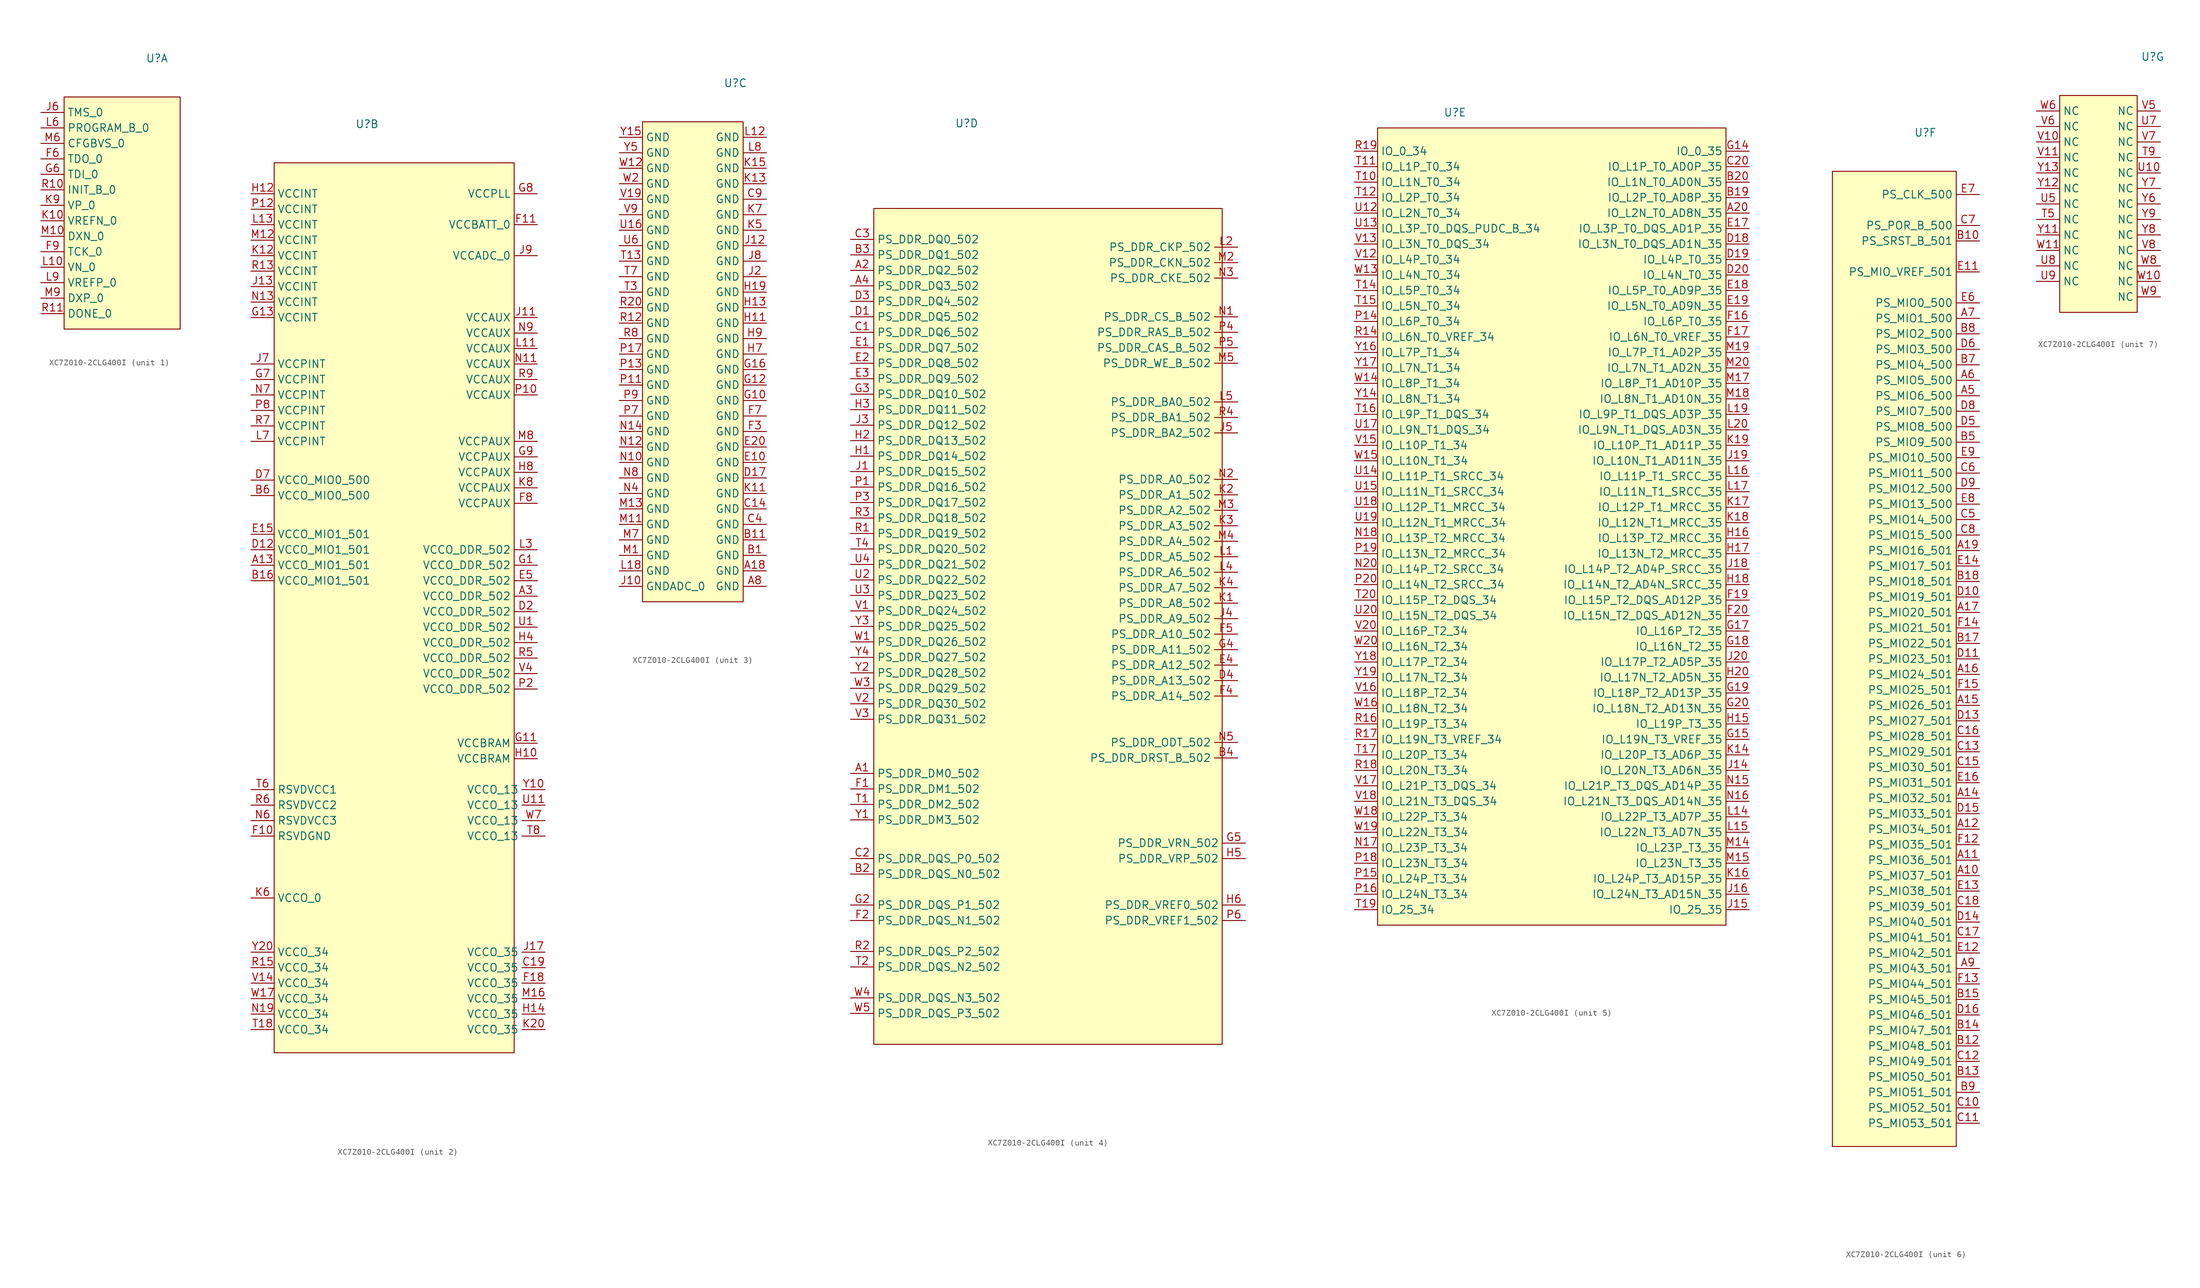
<source format=kicad_sym>
(kicad_symbol_lib
  (version 20241209)
  (generator "kicad_symbol_editor")
  (generator_version "9.0")
  (symbol "XC7Z010-2CLG400I"
    (property "Reference" "U"
      (at 15.24 6.35 0)
      (effects (font (size 1.27 1.27))))
    (property "Value" ""
      (at 0 0 0)
      (effects (font (size 1.27 1.27))))
    (property "ki_locked" ""
      (at 0 0 0)
      (effects (font (size 1.27 1.27))))
    (symbol "XC7Z010-2CLG400I_1_0"
      (pin unspecified line (at -3.81 -2.54 0) (length 3.81) (name "TMS_0" (effects (font (size 1.27 1.27)))) (number "J6" (effects (font (size 1.27 1.27)))))
      (pin unspecified line (at -3.81 -5.08 0) (length 3.81) (name "PROGRAM_B_0" (effects (font (size 1.27 1.27)))) (number "L6" (effects (font (size 1.27 1.27)))))
      (pin unspecified line (at -3.81 -7.62 0) (length 3.81) (name "CFGBVS_0" (effects (font (size 1.27 1.27)))) (number "M6" (effects (font (size 1.27 1.27)))))
      (pin unspecified line (at -3.81 -10.16 0) (length 3.81) (name "TDO_0" (effects (font (size 1.27 1.27)))) (number "F6" (effects (font (size 1.27 1.27)))))
      (pin unspecified line (at -3.81 -12.7 0) (length 3.81) (name "TDI_0" (effects (font (size 1.27 1.27)))) (number "G6" (effects (font (size 1.27 1.27)))))
      (pin unspecified line (at -3.81 -15.24 0) (length 3.81) (name "INIT_B_0" (effects (font (size 1.27 1.27)))) (number "R10" (effects (font (size 1.27 1.27)))))
      (pin unspecified line (at -3.81 -17.78 0) (length 3.81) (name "VP_0" (effects (font (size 1.27 1.27)))) (number "K9" (effects (font (size 1.27 1.27)))))
      (pin unspecified line (at -3.81 -20.32 0) (length 3.81) (name "VREFN_0" (effects (font (size 1.27 1.27)))) (number "K10" (effects (font (size 1.27 1.27)))))
      (pin unspecified line (at -3.81 -22.86 0) (length 3.81) (name "DXN_0" (effects (font (size 1.27 1.27)))) (number "M10" (effects (font (size 1.27 1.27)))))
      (pin unspecified line (at -3.81 -25.4 0) (length 3.81) (name "TCK_0" (effects (font (size 1.27 1.27)))) (number "F9" (effects (font (size 1.27 1.27)))))
      (pin unspecified line (at -3.81 -27.94 0) (length 3.81) (name "VN_0" (effects (font (size 1.27 1.27)))) (number "L10" (effects (font (size 1.27 1.27)))))
      (pin unspecified line (at -3.81 -30.48 0) (length 3.81) (name "VREFP_0" (effects (font (size 1.27 1.27)))) (number "L9" (effects (font (size 1.27 1.27)))))
      (pin unspecified line (at -3.81 -33.02 0) (length 3.81) (name "DXP_0" (effects (font (size 1.27 1.27)))) (number "M9" (effects (font (size 1.27 1.27)))))
      (pin unspecified line (at -3.81 -35.56 0) (length 3.81) (name "DONE_0" (effects (font (size 1.27 1.27)))) (number "R11" (effects (font (size 1.27 1.27))))))
    (symbol "XC7Z010-2CLG400I_1_1"
      (rectangle (start 0 0) (end 19.05 -38.1) (stroke (width 0) (type default)) (fill (type background))))
    (symbol "XC7Z010-2CLG400I_2_0"
      (pin unspecified line (at -3.81 -5.08 0) (length 3.81) (name "VCCINT" (effects (font (size 1.27 1.27)))) (number "H12" (effects (font (size 1.27 1.27)))))
      (pin unspecified line (at -3.81 -7.62 0) (length 3.81) (name "VCCINT" (effects (font (size 1.27 1.27)))) (number "P12" (effects (font (size 1.27 1.27)))))
      (pin unspecified line (at -3.81 -10.16 0) (length 3.81) (name "VCCINT" (effects (font (size 1.27 1.27)))) (number "L13" (effects (font (size 1.27 1.27)))))
      (pin unspecified line (at -3.81 -12.7 0) (length 3.81) (name "VCCINT" (effects (font (size 1.27 1.27)))) (number "M12" (effects (font (size 1.27 1.27)))))
      (pin unspecified line (at -3.81 -15.24 0) (length 3.81) (name "VCCINT" (effects (font (size 1.27 1.27)))) (number "K12" (effects (font (size 1.27 1.27)))))
      (pin unspecified line (at -3.81 -17.78 0) (length 3.81) (name "VCCINT" (effects (font (size 1.27 1.27)))) (number "R13" (effects (font (size 1.27 1.27)))))
      (pin unspecified line (at -3.81 -20.32 0) (length 3.81) (name "VCCINT" (effects (font (size 1.27 1.27)))) (number "J13" (effects (font (size 1.27 1.27)))))
      (pin unspecified line (at -3.81 -22.86 0) (length 3.81) (name "VCCINT" (effects (font (size 1.27 1.27)))) (number "N13" (effects (font (size 1.27 1.27)))))
      (pin unspecified line (at -3.81 -25.4 0) (length 3.81) (name "VCCINT" (effects (font (size 1.27 1.27)))) (number "G13" (effects (font (size 1.27 1.27)))))
      (pin unspecified line (at -3.81 -33.02 0) (length 3.81) (name "VCCPINT" (effects (font (size 1.27 1.27)))) (number "J7" (effects (font (size 1.27 1.27)))))
      (pin unspecified line (at -3.81 -35.56 0) (length 3.81) (name "VCCPINT" (effects (font (size 1.27 1.27)))) (number "G7" (effects (font (size 1.27 1.27)))))
      (pin unspecified line (at -3.81 -38.1 0) (length 3.81) (name "VCCPINT" (effects (font (size 1.27 1.27)))) (number "N7" (effects (font (size 1.27 1.27)))))
      (pin unspecified line (at -3.81 -40.64 0) (length 3.81) (name "VCCPINT" (effects (font (size 1.27 1.27)))) (number "P8" (effects (font (size 1.27 1.27)))))
      (pin unspecified line (at -3.81 -43.18 0) (length 3.81) (name "VCCPINT" (effects (font (size 1.27 1.27)))) (number "R7" (effects (font (size 1.27 1.27)))))
      (pin unspecified line (at -3.81 -45.72 0) (length 3.81) (name "VCCPINT" (effects (font (size 1.27 1.27)))) (number "L7" (effects (font (size 1.27 1.27)))))
      (pin unspecified line (at -3.81 -52.07 0) (length 3.81) (name "VCCO_MIO0_500" (effects (font (size 1.27 1.27)))) (number "D7" (effects (font (size 1.27 1.27)))))
      (pin unspecified line (at -3.81 -54.61 0) (length 3.81) (name "VCCO_MIO0_500" (effects (font (size 1.27 1.27)))) (number "B6" (effects (font (size 1.27 1.27)))))
      (pin unspecified line (at -3.81 -60.96 0) (length 3.81) (name "VCCO_MIO1_501" (effects (font (size 1.27 1.27)))) (number "E15" (effects (font (size 1.27 1.27)))))
      (pin unspecified line (at -3.81 -63.5 0) (length 3.81) (name "VCCO_MIO1_501" (effects (font (size 1.27 1.27)))) (number "D12" (effects (font (size 1.27 1.27)))))
      (pin unspecified line (at -3.81 -66.04 0) (length 3.81) (name "VCCO_MIO1_501" (effects (font (size 1.27 1.27)))) (number "A13" (effects (font (size 1.27 1.27)))))
      (pin unspecified line (at -3.81 -68.58 0) (length 3.81) (name "VCCO_MIO1_501" (effects (font (size 1.27 1.27)))) (number "B16" (effects (font (size 1.27 1.27)))))
      (pin unspecified line (at -3.81 -102.87 0) (length 3.81) (name "RSVDVCC1" (effects (font (size 1.27 1.27)))) (number "T6" (effects (font (size 1.27 1.27)))))
      (pin unspecified line (at -3.81 -105.41 0) (length 3.81) (name "RSVDVCC2" (effects (font (size 1.27 1.27)))) (number "R6" (effects (font (size 1.27 1.27)))))
      (pin unspecified line (at -3.81 -107.95 0) (length 3.81) (name "RSVDVCC3" (effects (font (size 1.27 1.27)))) (number "N6" (effects (font (size 1.27 1.27)))))
      (pin unspecified line (at -3.81 -110.49 0) (length 3.81) (name "RSVDGND" (effects (font (size 1.27 1.27)))) (number "F10" (effects (font (size 1.27 1.27)))))
      (pin unspecified line (at -3.81 -120.65 0) (length 3.81) (name "VCCO_0" (effects (font (size 1.27 1.27)))) (number "K6" (effects (font (size 1.27 1.27)))))
      (pin unspecified line (at -3.81 -129.54 0) (length 3.81) (name "VCCO_34" (effects (font (size 1.27 1.27)))) (number "Y20" (effects (font (size 1.27 1.27)))))
      (pin unspecified line (at -3.81 -132.08 0) (length 3.81) (name "VCCO_34" (effects (font (size 1.27 1.27)))) (number "R15" (effects (font (size 1.27 1.27)))))
      (pin unspecified line (at -3.81 -134.62 0) (length 3.81) (name "VCCO_34" (effects (font (size 1.27 1.27)))) (number "V14" (effects (font (size 1.27 1.27)))))
      (pin unspecified line (at -3.81 -137.16 0) (length 3.81) (name "VCCO_34" (effects (font (size 1.27 1.27)))) (number "W17" (effects (font (size 1.27 1.27)))))
      (pin unspecified line (at -3.81 -139.7 0) (length 3.81) (name "VCCO_34" (effects (font (size 1.27 1.27)))) (number "N19" (effects (font (size 1.27 1.27)))))
      (pin unspecified line (at -3.81 -142.24 0) (length 3.81) (name "VCCO_34" (effects (font (size 1.27 1.27)))) (number "T18" (effects (font (size 1.27 1.27)))))
      (pin unspecified line (at 43.18 -5.08 180) (length 3.81) (name "VCCPLL" (effects (font (size 1.27 1.27)))) (number "G8" (effects (font (size 1.27 1.27)))))
      (pin unspecified line (at 43.18 -10.16 180) (length 3.81) (name "VCCBATT_0" (effects (font (size 1.27 1.27)))) (number "F11" (effects (font (size 1.27 1.27)))))
      (pin unspecified line (at 43.18 -15.24 180) (length 3.81) (name "VCCADC_0" (effects (font (size 1.27 1.27)))) (number "J9" (effects (font (size 1.27 1.27)))))
      (pin unspecified line (at 43.18 -25.4 180) (length 3.81) (name "VCCAUX" (effects (font (size 1.27 1.27)))) (number "J11" (effects (font (size 1.27 1.27)))))
      (pin unspecified line (at 43.18 -27.94 180) (length 3.81) (name "VCCAUX" (effects (font (size 1.27 1.27)))) (number "N9" (effects (font (size 1.27 1.27)))))
      (pin unspecified line (at 43.18 -30.48 180) (length 3.81) (name "VCCAUX" (effects (font (size 1.27 1.27)))) (number "L11" (effects (font (size 1.27 1.27)))))
      (pin unspecified line (at 43.18 -33.02 180) (length 3.81) (name "VCCAUX" (effects (font (size 1.27 1.27)))) (number "N11" (effects (font (size 1.27 1.27)))))
      (pin unspecified line (at 43.18 -35.56 180) (length 3.81) (name "VCCAUX" (effects (font (size 1.27 1.27)))) (number "R9" (effects (font (size 1.27 1.27)))))
      (pin unspecified line (at 43.18 -38.1 180) (length 3.81) (name "VCCAUX" (effects (font (size 1.27 1.27)))) (number "P10" (effects (font (size 1.27 1.27)))))
      (pin unspecified line (at 43.18 -45.72 180) (length 3.81) (name "VCCPAUX" (effects (font (size 1.27 1.27)))) (number "M8" (effects (font (size 1.27 1.27)))))
      (pin unspecified line (at 43.18 -48.26 180) (length 3.81) (name "VCCPAUX" (effects (font (size 1.27 1.27)))) (number "G9" (effects (font (size 1.27 1.27)))))
      (pin unspecified line (at 43.18 -50.8 180) (length 3.81) (name "VCCPAUX" (effects (font (size 1.27 1.27)))) (number "H8" (effects (font (size 1.27 1.27)))))
      (pin unspecified line (at 43.18 -53.34 180) (length 3.81) (name "VCCPAUX" (effects (font (size 1.27 1.27)))) (number "K8" (effects (font (size 1.27 1.27)))))
      (pin unspecified line (at 43.18 -55.88 180) (length 3.81) (name "VCCPAUX" (effects (font (size 1.27 1.27)))) (number "F8" (effects (font (size 1.27 1.27)))))
      (pin unspecified line (at 43.18 -63.5 180) (length 3.81) (name "VCCO_DDR_502" (effects (font (size 1.27 1.27)))) (number "L3" (effects (font (size 1.27 1.27)))))
      (pin unspecified line (at 43.18 -66.04 180) (length 3.81) (name "VCCO_DDR_502" (effects (font (size 1.27 1.27)))) (number "G1" (effects (font (size 1.27 1.27)))))
      (pin unspecified line (at 43.18 -68.58 180) (length 3.81) (name "VCCO_DDR_502" (effects (font (size 1.27 1.27)))) (number "E5" (effects (font (size 1.27 1.27)))))
      (pin unspecified line (at 43.18 -71.12 180) (length 3.81) (name "VCCO_DDR_502" (effects (font (size 1.27 1.27)))) (number "A3" (effects (font (size 1.27 1.27)))))
      (pin unspecified line (at 43.18 -73.66 180) (length 3.81) (name "VCCO_DDR_502" (effects (font (size 1.27 1.27)))) (number "D2" (effects (font (size 1.27 1.27)))))
      (pin unspecified line (at 43.18 -76.2 180) (length 3.81) (name "VCCO_DDR_502" (effects (font (size 1.27 1.27)))) (number "U1" (effects (font (size 1.27 1.27)))))
      (pin unspecified line (at 43.18 -78.74 180) (length 3.81) (name "VCCO_DDR_502" (effects (font (size 1.27 1.27)))) (number "H4" (effects (font (size 1.27 1.27)))))
      (pin unspecified line (at 43.18 -81.28 180) (length 3.81) (name "VCCO_DDR_502" (effects (font (size 1.27 1.27)))) (number "R5" (effects (font (size 1.27 1.27)))))
      (pin unspecified line (at 43.18 -83.82 180) (length 3.81) (name "VCCO_DDR_502" (effects (font (size 1.27 1.27)))) (number "V4" (effects (font (size 1.27 1.27)))))
      (pin unspecified line (at 43.18 -86.36 180) (length 3.81) (name "VCCO_DDR_502" (effects (font (size 1.27 1.27)))) (number "P2" (effects (font (size 1.27 1.27)))))
      (pin unspecified line (at 43.18 -95.25 180) (length 3.81) (name "VCCBRAM" (effects (font (size 1.27 1.27)))) (number "G11" (effects (font (size 1.27 1.27)))))
      (pin unspecified line (at 43.18 -97.79 180) (length 3.81) (name "VCCBRAM" (effects (font (size 1.27 1.27)))) (number "H10" (effects (font (size 1.27 1.27)))))
      (pin unspecified line (at 44.45 -102.87 180) (length 3.81) (name "VCCO_13" (effects (font (size 1.27 1.27)))) (number "Y10" (effects (font (size 1.27 1.27)))))
      (pin unspecified line (at 44.45 -105.41 180) (length 3.81) (name "VCCO_13" (effects (font (size 1.27 1.27)))) (number "U11" (effects (font (size 1.27 1.27)))))
      (pin unspecified line (at 44.45 -107.95 180) (length 3.81) (name "VCCO_13" (effects (font (size 1.27 1.27)))) (number "W7" (effects (font (size 1.27 1.27)))))
      (pin unspecified line (at 44.45 -110.49 180) (length 3.81) (name "VCCO_13" (effects (font (size 1.27 1.27)))) (number "T8" (effects (font (size 1.27 1.27)))))
      (pin unspecified line (at 44.45 -129.54 180) (length 3.81) (name "VCCO_35" (effects (font (size 1.27 1.27)))) (number "J17" (effects (font (size 1.27 1.27)))))
      (pin unspecified line (at 44.45 -132.08 180) (length 3.81) (name "VCCO_35" (effects (font (size 1.27 1.27)))) (number "C19" (effects (font (size 1.27 1.27)))))
      (pin unspecified line (at 44.45 -134.62 180) (length 3.81) (name "VCCO_35" (effects (font (size 1.27 1.27)))) (number "F18" (effects (font (size 1.27 1.27)))))
      (pin unspecified line (at 44.45 -137.16 180) (length 3.81) (name "VCCO_35" (effects (font (size 1.27 1.27)))) (number "M16" (effects (font (size 1.27 1.27)))))
      (pin unspecified line (at 44.45 -139.7 180) (length 3.81) (name "VCCO_35" (effects (font (size 1.27 1.27)))) (number "H14" (effects (font (size 1.27 1.27)))))
      (pin unspecified line (at 44.45 -142.24 180) (length 3.81) (name "VCCO_35" (effects (font (size 1.27 1.27)))) (number "K20" (effects (font (size 1.27 1.27))))))
    (symbol "XC7Z010-2CLG400I_2_1"
      (rectangle (start 0 0) (end 39.37 -146.05) (stroke (width 0) (type default)) (fill (type background))))
    (symbol "XC7Z010-2CLG400I_3_0"
      (pin unspecified line (at -3.81 -2.54 0) (length 3.81) (name "GND" (effects (font (size 1.27 1.27)))) (number "Y15" (effects (font (size 1.27 1.27)))))
      (pin unspecified line (at -3.81 -5.08 0) (length 3.81) (name "GND" (effects (font (size 1.27 1.27)))) (number "Y5" (effects (font (size 1.27 1.27)))))
      (pin unspecified line (at -3.81 -7.62 0) (length 3.81) (name "GND" (effects (font (size 1.27 1.27)))) (number "W12" (effects (font (size 1.27 1.27)))))
      (pin unspecified line (at -3.81 -10.16 0) (length 3.81) (name "GND" (effects (font (size 1.27 1.27)))) (number "W2" (effects (font (size 1.27 1.27)))))
      (pin unspecified line (at -3.81 -12.7 0) (length 3.81) (name "GND" (effects (font (size 1.27 1.27)))) (number "V19" (effects (font (size 1.27 1.27)))))
      (pin unspecified line (at -3.81 -15.24 0) (length 3.81) (name "GND" (effects (font (size 1.27 1.27)))) (number "V9" (effects (font (size 1.27 1.27)))))
      (pin unspecified line (at -3.81 -17.78 0) (length 3.81) (name "GND" (effects (font (size 1.27 1.27)))) (number "U16" (effects (font (size 1.27 1.27)))))
      (pin unspecified line (at -3.81 -20.32 0) (length 3.81) (name "GND" (effects (font (size 1.27 1.27)))) (number "U6" (effects (font (size 1.27 1.27)))))
      (pin unspecified line (at -3.81 -22.86 0) (length 3.81) (name "GND" (effects (font (size 1.27 1.27)))) (number "T13" (effects (font (size 1.27 1.27)))))
      (pin unspecified line (at -3.81 -25.4 0) (length 3.81) (name "GND" (effects (font (size 1.27 1.27)))) (number "T7" (effects (font (size 1.27 1.27)))))
      (pin unspecified line (at -3.81 -27.94 0) (length 3.81) (name "GND" (effects (font (size 1.27 1.27)))) (number "T3" (effects (font (size 1.27 1.27)))))
      (pin unspecified line (at -3.81 -30.48 0) (length 3.81) (name "GND" (effects (font (size 1.27 1.27)))) (number "R20" (effects (font (size 1.27 1.27)))))
      (pin unspecified line (at -3.81 -33.02 0) (length 3.81) (name "GND" (effects (font (size 1.27 1.27)))) (number "R12" (effects (font (size 1.27 1.27)))))
      (pin unspecified line (at -3.81 -35.56 0) (length 3.81) (name "GND" (effects (font (size 1.27 1.27)))) (number "R8" (effects (font (size 1.27 1.27)))))
      (pin unspecified line (at -3.81 -38.1 0) (length 3.81) (name "GND" (effects (font (size 1.27 1.27)))) (number "P17" (effects (font (size 1.27 1.27)))))
      (pin unspecified line (at -3.81 -40.64 0) (length 3.81) (name "GND" (effects (font (size 1.27 1.27)))) (number "P13" (effects (font (size 1.27 1.27)))))
      (pin unspecified line (at -3.81 -43.18 0) (length 3.81) (name "GND" (effects (font (size 1.27 1.27)))) (number "P11" (effects (font (size 1.27 1.27)))))
      (pin unspecified line (at -3.81 -45.72 0) (length 3.81) (name "GND" (effects (font (size 1.27 1.27)))) (number "P9" (effects (font (size 1.27 1.27)))))
      (pin unspecified line (at -3.81 -48.26 0) (length 3.81) (name "GND" (effects (font (size 1.27 1.27)))) (number "P7" (effects (font (size 1.27 1.27)))))
      (pin unspecified line (at -3.81 -50.8 0) (length 3.81) (name "GND" (effects (font (size 1.27 1.27)))) (number "N14" (effects (font (size 1.27 1.27)))))
      (pin unspecified line (at -3.81 -53.34 0) (length 3.81) (name "GND" (effects (font (size 1.27 1.27)))) (number "N12" (effects (font (size 1.27 1.27)))))
      (pin unspecified line (at -3.81 -55.88 0) (length 3.81) (name "GND" (effects (font (size 1.27 1.27)))) (number "N10" (effects (font (size 1.27 1.27)))))
      (pin unspecified line (at -3.81 -58.42 0) (length 3.81) (name "GND" (effects (font (size 1.27 1.27)))) (number "N8" (effects (font (size 1.27 1.27)))))
      (pin unspecified line (at -3.81 -60.96 0) (length 3.81) (name "GND" (effects (font (size 1.27 1.27)))) (number "N4" (effects (font (size 1.27 1.27)))))
      (pin unspecified line (at -3.81 -63.5 0) (length 3.81) (name "GND" (effects (font (size 1.27 1.27)))) (number "M13" (effects (font (size 1.27 1.27)))))
      (pin unspecified line (at -3.81 -66.04 0) (length 3.81) (name "GND" (effects (font (size 1.27 1.27)))) (number "M11" (effects (font (size 1.27 1.27)))))
      (pin unspecified line (at -3.81 -68.58 0) (length 3.81) (name "GND" (effects (font (size 1.27 1.27)))) (number "M7" (effects (font (size 1.27 1.27)))))
      (pin unspecified line (at -3.81 -71.12 0) (length 3.81) (name "GND" (effects (font (size 1.27 1.27)))) (number "M1" (effects (font (size 1.27 1.27)))))
      (pin unspecified line (at -3.81 -73.66 0) (length 3.81) (name "GND" (effects (font (size 1.27 1.27)))) (number "L18" (effects (font (size 1.27 1.27)))))
      (pin unspecified line (at -3.81 -76.2 0) (length 3.81) (name "GNDADC_0" (effects (font (size 1.27 1.27)))) (number "J10" (effects (font (size 1.27 1.27)))))
      (pin unspecified line (at 20.32 -2.54 180) (length 3.81) (name "GND" (effects (font (size 1.27 1.27)))) (number "L12" (effects (font (size 1.27 1.27)))))
      (pin unspecified line (at 20.32 -5.08 180) (length 3.81) (name "GND" (effects (font (size 1.27 1.27)))) (number "L8" (effects (font (size 1.27 1.27)))))
      (pin unspecified line (at 20.32 -7.62 180) (length 3.81) (name "GND" (effects (font (size 1.27 1.27)))) (number "K15" (effects (font (size 1.27 1.27)))))
      (pin unspecified line (at 20.32 -10.16 180) (length 3.81) (name "GND" (effects (font (size 1.27 1.27)))) (number "K13" (effects (font (size 1.27 1.27)))))
      (pin unspecified line (at 20.32 -12.7 180) (length 3.81) (name "GND" (effects (font (size 1.27 1.27)))) (number "C9" (effects (font (size 1.27 1.27)))))
      (pin unspecified line (at 20.32 -15.24 180) (length 3.81) (name "GND" (effects (font (size 1.27 1.27)))) (number "K7" (effects (font (size 1.27 1.27)))))
      (pin unspecified line (at 20.32 -17.78 180) (length 3.81) (name "GND" (effects (font (size 1.27 1.27)))) (number "K5" (effects (font (size 1.27 1.27)))))
      (pin unspecified line (at 20.32 -20.32 180) (length 3.81) (name "GND" (effects (font (size 1.27 1.27)))) (number "J12" (effects (font (size 1.27 1.27)))))
      (pin unspecified line (at 20.32 -22.86 180) (length 3.81) (name "GND" (effects (font (size 1.27 1.27)))) (number "J8" (effects (font (size 1.27 1.27)))))
      (pin unspecified line (at 20.32 -25.4 180) (length 3.81) (name "GND" (effects (font (size 1.27 1.27)))) (number "J2" (effects (font (size 1.27 1.27)))))
      (pin unspecified line (at 20.32 -27.94 180) (length 3.81) (name "GND" (effects (font (size 1.27 1.27)))) (number "H19" (effects (font (size 1.27 1.27)))))
      (pin unspecified line (at 20.32 -30.48 180) (length 3.81) (name "GND" (effects (font (size 1.27 1.27)))) (number "H13" (effects (font (size 1.27 1.27)))))
      (pin unspecified line (at 20.32 -33.02 180) (length 3.81) (name "GND" (effects (font (size 1.27 1.27)))) (number "H11" (effects (font (size 1.27 1.27)))))
      (pin unspecified line (at 20.32 -35.56 180) (length 3.81) (name "GND" (effects (font (size 1.27 1.27)))) (number "H9" (effects (font (size 1.27 1.27)))))
      (pin unspecified line (at 20.32 -38.1 180) (length 3.81) (name "GND" (effects (font (size 1.27 1.27)))) (number "H7" (effects (font (size 1.27 1.27)))))
      (pin unspecified line (at 20.32 -40.64 180) (length 3.81) (name "GND" (effects (font (size 1.27 1.27)))) (number "G16" (effects (font (size 1.27 1.27)))))
      (pin unspecified line (at 20.32 -43.18 180) (length 3.81) (name "GND" (effects (font (size 1.27 1.27)))) (number "G12" (effects (font (size 1.27 1.27)))))
      (pin unspecified line (at 20.32 -45.72 180) (length 3.81) (name "GND" (effects (font (size 1.27 1.27)))) (number "G10" (effects (font (size 1.27 1.27)))))
      (pin unspecified line (at 20.32 -48.26 180) (length 3.81) (name "GND" (effects (font (size 1.27 1.27)))) (number "F7" (effects (font (size 1.27 1.27)))))
      (pin unspecified line (at 20.32 -50.8 180) (length 3.81) (name "GND" (effects (font (size 1.27 1.27)))) (number "F3" (effects (font (size 1.27 1.27)))))
      (pin unspecified line (at 20.32 -53.34 180) (length 3.81) (name "GND" (effects (font (size 1.27 1.27)))) (number "E20" (effects (font (size 1.27 1.27)))))
      (pin unspecified line (at 20.32 -55.88 180) (length 3.81) (name "GND" (effects (font (size 1.27 1.27)))) (number "E10" (effects (font (size 1.27 1.27)))))
      (pin unspecified line (at 20.32 -58.42 180) (length 3.81) (name "GND" (effects (font (size 1.27 1.27)))) (number "D17" (effects (font (size 1.27 1.27)))))
      (pin unspecified line (at 20.32 -60.96 180) (length 3.81) (name "GND" (effects (font (size 1.27 1.27)))) (number "K11" (effects (font (size 1.27 1.27)))))
      (pin unspecified line (at 20.32 -63.5 180) (length 3.81) (name "GND" (effects (font (size 1.27 1.27)))) (number "C14" (effects (font (size 1.27 1.27)))))
      (pin unspecified line (at 20.32 -66.04 180) (length 3.81) (name "GND" (effects (font (size 1.27 1.27)))) (number "C4" (effects (font (size 1.27 1.27)))))
      (pin unspecified line (at 20.32 -68.58 180) (length 3.81) (name "GND" (effects (font (size 1.27 1.27)))) (number "B11" (effects (font (size 1.27 1.27)))))
      (pin unspecified line (at 20.32 -71.12 180) (length 3.81) (name "GND" (effects (font (size 1.27 1.27)))) (number "B1" (effects (font (size 1.27 1.27)))))
      (pin unspecified line (at 20.32 -73.66 180) (length 3.81) (name "GND" (effects (font (size 1.27 1.27)))) (number "A18" (effects (font (size 1.27 1.27)))))
      (pin unspecified line (at 20.32 -76.2 180) (length 3.81) (name "GND" (effects (font (size 1.27 1.27)))) (number "A8" (effects (font (size 1.27 1.27))))))
    (symbol "XC7Z010-2CLG400I_3_1"
      (rectangle (start 0 0) (end 16.51 -78.74) (stroke (width 0) (type default)) (fill (type background))))
    (symbol "XC7Z010-2CLG400I_4_0"
      (pin unspecified line (at -3.81 -12.7 0) (length 3.81) (name "PS_DDR_DQ0_502" (effects (font (size 1.27 1.27)))) (number "C3" (effects (font (size 1.27 1.27)))))
      (pin unspecified line (at -3.81 -15.24 0) (length 3.81) (name "PS_DDR_DQ1_502" (effects (font (size 1.27 1.27)))) (number "B3" (effects (font (size 1.27 1.27)))))
      (pin unspecified line (at -3.81 -17.78 0) (length 3.81) (name "PS_DDR_DQ2_502" (effects (font (size 1.27 1.27)))) (number "A2" (effects (font (size 1.27 1.27)))))
      (pin unspecified line (at -3.81 -20.32 0) (length 3.81) (name "PS_DDR_DQ3_502" (effects (font (size 1.27 1.27)))) (number "A4" (effects (font (size 1.27 1.27)))))
      (pin unspecified line (at -3.81 -22.86 0) (length 3.81) (name "PS_DDR_DQ4_502" (effects (font (size 1.27 1.27)))) (number "D3" (effects (font (size 1.27 1.27)))))
      (pin unspecified line (at -3.81 -25.4 0) (length 3.81) (name "PS_DDR_DQ5_502" (effects (font (size 1.27 1.27)))) (number "D1" (effects (font (size 1.27 1.27)))))
      (pin unspecified line (at -3.81 -27.94 0) (length 3.81) (name "PS_DDR_DQ6_502" (effects (font (size 1.27 1.27)))) (number "C1" (effects (font (size 1.27 1.27)))))
      (pin unspecified line (at -3.81 -30.48 0) (length 3.81) (name "PS_DDR_DQ7_502" (effects (font (size 1.27 1.27)))) (number "E1" (effects (font (size 1.27 1.27)))))
      (pin unspecified line (at -3.81 -33.02 0) (length 3.81) (name "PS_DDR_DQ8_502" (effects (font (size 1.27 1.27)))) (number "E2" (effects (font (size 1.27 1.27)))))
      (pin unspecified line (at -3.81 -35.56 0) (length 3.81) (name "PS_DDR_DQ9_502" (effects (font (size 1.27 1.27)))) (number "E3" (effects (font (size 1.27 1.27)))))
      (pin unspecified line (at -3.81 -38.1 0) (length 3.81) (name "PS_DDR_DQ10_502" (effects (font (size 1.27 1.27)))) (number "G3" (effects (font (size 1.27 1.27)))))
      (pin unspecified line (at -3.81 -40.64 0) (length 3.81) (name "PS_DDR_DQ11_502" (effects (font (size 1.27 1.27)))) (number "H3" (effects (font (size 1.27 1.27)))))
      (pin unspecified line (at -3.81 -43.18 0) (length 3.81) (name "PS_DDR_DQ12_502" (effects (font (size 1.27 1.27)))) (number "J3" (effects (font (size 1.27 1.27)))))
      (pin unspecified line (at -3.81 -45.72 0) (length 3.81) (name "PS_DDR_DQ13_502" (effects (font (size 1.27 1.27)))) (number "H2" (effects (font (size 1.27 1.27)))))
      (pin unspecified line (at -3.81 -48.26 0) (length 3.81) (name "PS_DDR_DQ14_502" (effects (font (size 1.27 1.27)))) (number "H1" (effects (font (size 1.27 1.27)))))
      (pin unspecified line (at -3.81 -50.8 0) (length 3.81) (name "PS_DDR_DQ15_502" (effects (font (size 1.27 1.27)))) (number "J1" (effects (font (size 1.27 1.27)))))
      (pin unspecified line (at -3.81 -53.34 0) (length 3.81) (name "PS_DDR_DQ16_502" (effects (font (size 1.27 1.27)))) (number "P1" (effects (font (size 1.27 1.27)))))
      (pin unspecified line (at -3.81 -55.88 0) (length 3.81) (name "PS_DDR_DQ17_502" (effects (font (size 1.27 1.27)))) (number "P3" (effects (font (size 1.27 1.27)))))
      (pin unspecified line (at -3.81 -58.42 0) (length 3.81) (name "PS_DDR_DQ18_502" (effects (font (size 1.27 1.27)))) (number "R3" (effects (font (size 1.27 1.27)))))
      (pin unspecified line (at -3.81 -60.96 0) (length 3.81) (name "PS_DDR_DQ19_502" (effects (font (size 1.27 1.27)))) (number "R1" (effects (font (size 1.27 1.27)))))
      (pin unspecified line (at -3.81 -63.5 0) (length 3.81) (name "PS_DDR_DQ20_502" (effects (font (size 1.27 1.27)))) (number "T4" (effects (font (size 1.27 1.27)))))
      (pin unspecified line (at -3.81 -66.04 0) (length 3.81) (name "PS_DDR_DQ21_502" (effects (font (size 1.27 1.27)))) (number "U4" (effects (font (size 1.27 1.27)))))
      (pin unspecified line (at -3.81 -68.58 0) (length 3.81) (name "PS_DDR_DQ22_502" (effects (font (size 1.27 1.27)))) (number "U2" (effects (font (size 1.27 1.27)))))
      (pin unspecified line (at -3.81 -71.12 0) (length 3.81) (name "PS_DDR_DQ23_502" (effects (font (size 1.27 1.27)))) (number "U3" (effects (font (size 1.27 1.27)))))
      (pin unspecified line (at -3.81 -73.66 0) (length 3.81) (name "PS_DDR_DQ24_502" (effects (font (size 1.27 1.27)))) (number "V1" (effects (font (size 1.27 1.27)))))
      (pin unspecified line (at -3.81 -76.2 0) (length 3.81) (name "PS_DDR_DQ25_502" (effects (font (size 1.27 1.27)))) (number "Y3" (effects (font (size 1.27 1.27)))))
      (pin unspecified line (at -3.81 -78.74 0) (length 3.81) (name "PS_DDR_DQ26_502" (effects (font (size 1.27 1.27)))) (number "W1" (effects (font (size 1.27 1.27)))))
      (pin unspecified line (at -3.81 -81.28 0) (length 3.81) (name "PS_DDR_DQ27_502" (effects (font (size 1.27 1.27)))) (number "Y4" (effects (font (size 1.27 1.27)))))
      (pin unspecified line (at -3.81 -83.82 0) (length 3.81) (name "PS_DDR_DQ28_502" (effects (font (size 1.27 1.27)))) (number "Y2" (effects (font (size 1.27 1.27)))))
      (pin unspecified line (at -3.81 -86.36 0) (length 3.81) (name "PS_DDR_DQ29_502" (effects (font (size 1.27 1.27)))) (number "W3" (effects (font (size 1.27 1.27)))))
      (pin unspecified line (at -3.81 -88.9 0) (length 3.81) (name "PS_DDR_DQ30_502" (effects (font (size 1.27 1.27)))) (number "V2" (effects (font (size 1.27 1.27)))))
      (pin unspecified line (at -3.81 -91.44 0) (length 3.81) (name "PS_DDR_DQ31_502" (effects (font (size 1.27 1.27)))) (number "V3" (effects (font (size 1.27 1.27)))))
      (pin unspecified line (at -3.81 -100.33 0) (length 3.81) (name "PS_DDR_DM0_502" (effects (font (size 1.27 1.27)))) (number "A1" (effects (font (size 1.27 1.27)))))
      (pin unspecified line (at -3.81 -102.87 0) (length 3.81) (name "PS_DDR_DM1_502" (effects (font (size 1.27 1.27)))) (number "F1" (effects (font (size 1.27 1.27)))))
      (pin unspecified line (at -3.81 -105.41 0) (length 3.81) (name "PS_DDR_DM2_502" (effects (font (size 1.27 1.27)))) (number "T1" (effects (font (size 1.27 1.27)))))
      (pin unspecified line (at -3.81 -107.95 0) (length 3.81) (name "PS_DDR_DM3_502" (effects (font (size 1.27 1.27)))) (number "Y1" (effects (font (size 1.27 1.27)))))
      (pin unspecified line (at -3.81 -114.3 0) (length 3.81) (name "PS_DDR_DQS_P0_502" (effects (font (size 1.27 1.27)))) (number "C2" (effects (font (size 1.27 1.27)))))
      (pin unspecified line (at -3.81 -116.84 0) (length 3.81) (name "PS_DDR_DQS_N0_502" (effects (font (size 1.27 1.27)))) (number "B2" (effects (font (size 1.27 1.27)))))
      (pin unspecified line (at -3.81 -121.92 0) (length 3.81) (name "PS_DDR_DQS_P1_502" (effects (font (size 1.27 1.27)))) (number "G2" (effects (font (size 1.27 1.27)))))
      (pin unspecified line (at -3.81 -124.46 0) (length 3.81) (name "PS_DDR_DQS_N1_502" (effects (font (size 1.27 1.27)))) (number "F2" (effects (font (size 1.27 1.27)))))
      (pin unspecified line (at -3.81 -129.54 0) (length 3.81) (name "PS_DDR_DQS_P2_502" (effects (font (size 1.27 1.27)))) (number "R2" (effects (font (size 1.27 1.27)))))
      (pin unspecified line (at -3.81 -132.08 0) (length 3.81) (name "PS_DDR_DQS_N2_502" (effects (font (size 1.27 1.27)))) (number "T2" (effects (font (size 1.27 1.27)))))
      (pin unspecified line (at -3.81 -137.16 0) (length 3.81) (name "PS_DDR_DQS_N3_502" (effects (font (size 1.27 1.27)))) (number "W4" (effects (font (size 1.27 1.27)))))
      (pin unspecified line (at -3.81 -139.7 0) (length 3.81) (name "PS_DDR_DQS_P3_502" (effects (font (size 1.27 1.27)))) (number "W5" (effects (font (size 1.27 1.27)))))
      (pin unspecified line (at 59.69 -13.97 180) (length 3.81) (name "PS_DDR_CKP_502" (effects (font (size 1.27 1.27)))) (number "L2" (effects (font (size 1.27 1.27)))))
      (pin unspecified line (at 59.69 -16.51 180) (length 3.81) (name "PS_DDR_CKN_502" (effects (font (size 1.27 1.27)))) (number "M2" (effects (font (size 1.27 1.27)))))
      (pin unspecified line (at 59.69 -19.05 180) (length 3.81) (name "PS_DDR_CKE_502" (effects (font (size 1.27 1.27)))) (number "N3" (effects (font (size 1.27 1.27)))))
      (pin unspecified line (at 59.69 -25.4 180) (length 3.81) (name "PS_DDR_CS_B_502" (effects (font (size 1.27 1.27)))) (number "N1" (effects (font (size 1.27 1.27)))))
      (pin unspecified line (at 59.69 -27.94 180) (length 3.81) (name "PS_DDR_RAS_B_502" (effects (font (size 1.27 1.27)))) (number "P4" (effects (font (size 1.27 1.27)))))
      (pin unspecified line (at 59.69 -30.48 180) (length 3.81) (name "PS_DDR_CAS_B_502" (effects (font (size 1.27 1.27)))) (number "P5" (effects (font (size 1.27 1.27)))))
      (pin unspecified line (at 59.69 -33.02 180) (length 3.81) (name "PS_DDR_WE_B_502" (effects (font (size 1.27 1.27)))) (number "M5" (effects (font (size 1.27 1.27)))))
      (pin unspecified line (at 59.69 -39.37 180) (length 3.81) (name "PS_DDR_BA0_502" (effects (font (size 1.27 1.27)))) (number "L5" (effects (font (size 1.27 1.27)))))
      (pin unspecified line (at 59.69 -41.91 180) (length 3.81) (name "PS_DDR_BA1_502" (effects (font (size 1.27 1.27)))) (number "R4" (effects (font (size 1.27 1.27)))))
      (pin unspecified line (at 59.69 -44.45 180) (length 3.81) (name "PS_DDR_BA2_502" (effects (font (size 1.27 1.27)))) (number "J5" (effects (font (size 1.27 1.27)))))
      (pin unspecified line (at 59.69 -52.07 180) (length 3.81) (name "PS_DDR_A0_502" (effects (font (size 1.27 1.27)))) (number "N2" (effects (font (size 1.27 1.27)))))
      (pin unspecified line (at 59.69 -54.61 180) (length 3.81) (name "PS_DDR_A1_502" (effects (font (size 1.27 1.27)))) (number "K2" (effects (font (size 1.27 1.27)))))
      (pin unspecified line (at 59.69 -57.15 180) (length 3.81) (name "PS_DDR_A2_502" (effects (font (size 1.27 1.27)))) (number "M3" (effects (font (size 1.27 1.27)))))
      (pin unspecified line (at 59.69 -59.69 180) (length 3.81) (name "PS_DDR_A3_502" (effects (font (size 1.27 1.27)))) (number "K3" (effects (font (size 1.27 1.27)))))
      (pin unspecified line (at 59.69 -62.23 180) (length 3.81) (name "PS_DDR_A4_502" (effects (font (size 1.27 1.27)))) (number "M4" (effects (font (size 1.27 1.27)))))
      (pin unspecified line (at 59.69 -64.77 180) (length 3.81) (name "PS_DDR_A5_502" (effects (font (size 1.27 1.27)))) (number "L1" (effects (font (size 1.27 1.27)))))
      (pin unspecified line (at 59.69 -67.31 180) (length 3.81) (name "PS_DDR_A6_502" (effects (font (size 1.27 1.27)))) (number "L4" (effects (font (size 1.27 1.27)))))
      (pin unspecified line (at 59.69 -69.85 180) (length 3.81) (name "PS_DDR_A7_502" (effects (font (size 1.27 1.27)))) (number "K4" (effects (font (size 1.27 1.27)))))
      (pin unspecified line (at 59.69 -72.39 180) (length 3.81) (name "PS_DDR_A8_502" (effects (font (size 1.27 1.27)))) (number "K1" (effects (font (size 1.27 1.27)))))
      (pin unspecified line (at 59.69 -74.93 180) (length 3.81) (name "PS_DDR_A9_502" (effects (font (size 1.27 1.27)))) (number "J4" (effects (font (size 1.27 1.27)))))
      (pin unspecified line (at 59.69 -77.47 180) (length 3.81) (name "PS_DDR_A10_502" (effects (font (size 1.27 1.27)))) (number "F5" (effects (font (size 1.27 1.27)))))
      (pin unspecified line (at 59.69 -80.01 180) (length 3.81) (name "PS_DDR_A11_502" (effects (font (size 1.27 1.27)))) (number "G4" (effects (font (size 1.27 1.27)))))
      (pin unspecified line (at 59.69 -82.55 180) (length 3.81) (name "PS_DDR_A12_502" (effects (font (size 1.27 1.27)))) (number "E4" (effects (font (size 1.27 1.27)))))
      (pin unspecified line (at 59.69 -85.09 180) (length 3.81) (name "PS_DDR_A13_502" (effects (font (size 1.27 1.27)))) (number "D4" (effects (font (size 1.27 1.27)))))
      (pin unspecified line (at 59.69 -87.63 180) (length 3.81) (name "PS_DDR_A14_502" (effects (font (size 1.27 1.27)))) (number "F4" (effects (font (size 1.27 1.27)))))
      (pin unspecified line (at 59.69 -95.25 180) (length 3.81) (name "PS_DDR_ODT_502" (effects (font (size 1.27 1.27)))) (number "N5" (effects (font (size 1.27 1.27)))))
      (pin unspecified line (at 59.69 -97.79 180) (length 3.81) (name "PS_DDR_DRST_B_502" (effects (font (size 1.27 1.27)))) (number "B4" (effects (font (size 1.27 1.27)))))
      (pin unspecified line (at 60.96 -111.76 180) (length 3.81) (name "PS_DDR_VRN_502" (effects (font (size 1.27 1.27)))) (number "G5" (effects (font (size 1.27 1.27)))))
      (pin unspecified line (at 60.96 -114.3 180) (length 3.81) (name "PS_DDR_VRP_502" (effects (font (size 1.27 1.27)))) (number "H5" (effects (font (size 1.27 1.27)))))
      (pin unspecified line (at 60.96 -121.92 180) (length 3.81) (name "PS_DDR_VREF0_502" (effects (font (size 1.27 1.27)))) (number "H6" (effects (font (size 1.27 1.27)))))
      (pin unspecified line (at 60.96 -124.46 180) (length 3.81) (name "PS_DDR_VREF1_502" (effects (font (size 1.27 1.27)))) (number "P6" (effects (font (size 1.27 1.27))))))
    (symbol "XC7Z010-2CLG400I_4_1"
      (rectangle (start 0 -7.62) (end 57.15 -144.78) (stroke (width 0) (type default)) (fill (type background))))
    (symbol "XC7Z010-2CLG400I_5_0"
      (pin unspecified line (at -1.27 0 0) (length 3.81) (name "IO_0_34" (effects (font (size 1.27 1.27)))) (number "R19" (effects (font (size 1.27 1.27)))))
      (pin unspecified line (at -1.27 -2.54 0) (length 3.81) (name "IO_L1P_T0_34" (effects (font (size 1.27 1.27)))) (number "T11" (effects (font (size 1.27 1.27)))))
      (pin unspecified line (at -1.27 -5.08 0) (length 3.81) (name "IO_L1N_T0_34" (effects (font (size 1.27 1.27)))) (number "T10" (effects (font (size 1.27 1.27)))))
      (pin unspecified line (at -1.27 -7.62 0) (length 3.81) (name "IO_L2P_T0_34" (effects (font (size 1.27 1.27)))) (number "T12" (effects (font (size 1.27 1.27)))))
      (pin unspecified line (at -1.27 -10.16 0) (length 3.81) (name "IO_L2N_T0_34" (effects (font (size 1.27 1.27)))) (number "U12" (effects (font (size 1.27 1.27)))))
      (pin unspecified line (at -1.27 -12.7 0) (length 3.81) (name "IO_L3P_T0_DQS_PUDC_B_34" (effects (font (size 1.27 1.27)))) (number "U13" (effects (font (size 1.27 1.27)))))
      (pin unspecified line (at -1.27 -15.24 0) (length 3.81) (name "IO_L3N_T0_DQS_34" (effects (font (size 1.27 1.27)))) (number "V13" (effects (font (size 1.27 1.27)))))
      (pin unspecified line (at -1.27 -17.78 0) (length 3.81) (name "IO_L4P_T0_34" (effects (font (size 1.27 1.27)))) (number "V12" (effects (font (size 1.27 1.27)))))
      (pin unspecified line (at -1.27 -20.32 0) (length 3.81) (name "IO_L4N_T0_34" (effects (font (size 1.27 1.27)))) (number "W13" (effects (font (size 1.27 1.27)))))
      (pin unspecified line (at -1.27 -22.86 0) (length 3.81) (name "IO_L5P_T0_34" (effects (font (size 1.27 1.27)))) (number "T14" (effects (font (size 1.27 1.27)))))
      (pin unspecified line (at -1.27 -25.4 0) (length 3.81) (name "IO_L5N_T0_34" (effects (font (size 1.27 1.27)))) (number "T15" (effects (font (size 1.27 1.27)))))
      (pin unspecified line (at -1.27 -27.94 0) (length 3.81) (name "IO_L6P_T0_34" (effects (font (size 1.27 1.27)))) (number "P14" (effects (font (size 1.27 1.27)))))
      (pin unspecified line (at -1.27 -30.48 0) (length 3.81) (name "IO_L6N_T0_VREF_34" (effects (font (size 1.27 1.27)))) (number "R14" (effects (font (size 1.27 1.27)))))
      (pin unspecified line (at -1.27 -33.02 0) (length 3.81) (name "IO_L7P_T1_34" (effects (font (size 1.27 1.27)))) (number "Y16" (effects (font (size 1.27 1.27)))))
      (pin unspecified line (at -1.27 -35.56 0) (length 3.81) (name "IO_L7N_T1_34" (effects (font (size 1.27 1.27)))) (number "Y17" (effects (font (size 1.27 1.27)))))
      (pin unspecified line (at -1.27 -38.1 0) (length 3.81) (name "IO_L8P_T1_34" (effects (font (size 1.27 1.27)))) (number "W14" (effects (font (size 1.27 1.27)))))
      (pin unspecified line (at -1.27 -40.64 0) (length 3.81) (name "IO_L8N_T1_34" (effects (font (size 1.27 1.27)))) (number "Y14" (effects (font (size 1.27 1.27)))))
      (pin unspecified line (at -1.27 -43.18 0) (length 3.81) (name "IO_L9P_T1_DQS_34" (effects (font (size 1.27 1.27)))) (number "T16" (effects (font (size 1.27 1.27)))))
      (pin unspecified line (at -1.27 -45.72 0) (length 3.81) (name "IO_L9N_T1_DQS_34" (effects (font (size 1.27 1.27)))) (number "U17" (effects (font (size 1.27 1.27)))))
      (pin unspecified line (at -1.27 -48.26 0) (length 3.81) (name "IO_L10P_T1_34" (effects (font (size 1.27 1.27)))) (number "V15" (effects (font (size 1.27 1.27)))))
      (pin unspecified line (at -1.27 -50.8 0) (length 3.81) (name "IO_L10N_T1_34" (effects (font (size 1.27 1.27)))) (number "W15" (effects (font (size 1.27 1.27)))))
      (pin unspecified line (at -1.27 -53.34 0) (length 3.81) (name "IO_L11P_T1_SRCC_34" (effects (font (size 1.27 1.27)))) (number "U14" (effects (font (size 1.27 1.27)))))
      (pin unspecified line (at -1.27 -55.88 0) (length 3.81) (name "IO_L11N_T1_SRCC_34" (effects (font (size 1.27 1.27)))) (number "U15" (effects (font (size 1.27 1.27)))))
      (pin unspecified line (at -1.27 -58.42 0) (length 3.81) (name "IO_L12P_T1_MRCC_34" (effects (font (size 1.27 1.27)))) (number "U18" (effects (font (size 1.27 1.27)))))
      (pin unspecified line (at -1.27 -60.96 0) (length 3.81) (name "IO_L12N_T1_MRCC_34" (effects (font (size 1.27 1.27)))) (number "U19" (effects (font (size 1.27 1.27)))))
      (pin unspecified line (at -1.27 -63.5 0) (length 3.81) (name "IO_L13P_T2_MRCC_34" (effects (font (size 1.27 1.27)))) (number "N18" (effects (font (size 1.27 1.27)))))
      (pin unspecified line (at -1.27 -66.04 0) (length 3.81) (name "IO_L13N_T2_MRCC_34" (effects (font (size 1.27 1.27)))) (number "P19" (effects (font (size 1.27 1.27)))))
      (pin unspecified line (at -1.27 -68.58 0) (length 3.81) (name "IO_L14P_T2_SRCC_34" (effects (font (size 1.27 1.27)))) (number "N20" (effects (font (size 1.27 1.27)))))
      (pin unspecified line (at -1.27 -71.12 0) (length 3.81) (name "IO_L14N_T2_SRCC_34" (effects (font (size 1.27 1.27)))) (number "P20" (effects (font (size 1.27 1.27)))))
      (pin unspecified line (at -1.27 -73.66 0) (length 3.81) (name "IO_L15P_T2_DQS_34" (effects (font (size 1.27 1.27)))) (number "T20" (effects (font (size 1.27 1.27)))))
      (pin unspecified line (at -1.27 -76.2 0) (length 3.81) (name "IO_L15N_T2_DQS_34" (effects (font (size 1.27 1.27)))) (number "U20" (effects (font (size 1.27 1.27)))))
      (pin unspecified line (at -1.27 -78.74 0) (length 3.81) (name "IO_L16P_T2_34" (effects (font (size 1.27 1.27)))) (number "V20" (effects (font (size 1.27 1.27)))))
      (pin unspecified line (at -1.27 -81.28 0) (length 3.81) (name "IO_L16N_T2_34" (effects (font (size 1.27 1.27)))) (number "W20" (effects (font (size 1.27 1.27)))))
      (pin unspecified line (at -1.27 -83.82 0) (length 3.81) (name "IO_L17P_T2_34" (effects (font (size 1.27 1.27)))) (number "Y18" (effects (font (size 1.27 1.27)))))
      (pin unspecified line (at -1.27 -86.36 0) (length 3.81) (name "IO_L17N_T2_34" (effects (font (size 1.27 1.27)))) (number "Y19" (effects (font (size 1.27 1.27)))))
      (pin unspecified line (at -1.27 -88.9 0) (length 3.81) (name "IO_L18P_T2_34" (effects (font (size 1.27 1.27)))) (number "V16" (effects (font (size 1.27 1.27)))))
      (pin unspecified line (at -1.27 -91.44 0) (length 3.81) (name "IO_L18N_T2_34" (effects (font (size 1.27 1.27)))) (number "W16" (effects (font (size 1.27 1.27)))))
      (pin unspecified line (at -1.27 -93.98 0) (length 3.81) (name "IO_L19P_T3_34" (effects (font (size 1.27 1.27)))) (number "R16" (effects (font (size 1.27 1.27)))))
      (pin unspecified line (at -1.27 -96.52 0) (length 3.81) (name "IO_L19N_T3_VREF_34" (effects (font (size 1.27 1.27)))) (number "R17" (effects (font (size 1.27 1.27)))))
      (pin unspecified line (at -1.27 -99.06 0) (length 3.81) (name "IO_L20P_T3_34" (effects (font (size 1.27 1.27)))) (number "T17" (effects (font (size 1.27 1.27)))))
      (pin unspecified line (at -1.27 -101.6 0) (length 3.81) (name "IO_L20N_T3_34" (effects (font (size 1.27 1.27)))) (number "R18" (effects (font (size 1.27 1.27)))))
      (pin unspecified line (at -1.27 -104.14 0) (length 3.81) (name "IO_L21P_T3_DQS_34" (effects (font (size 1.27 1.27)))) (number "V17" (effects (font (size 1.27 1.27)))))
      (pin unspecified line (at -1.27 -106.68 0) (length 3.81) (name "IO_L21N_T3_DQS_34" (effects (font (size 1.27 1.27)))) (number "V18" (effects (font (size 1.27 1.27)))))
      (pin unspecified line (at -1.27 -109.22 0) (length 3.81) (name "IO_L22P_T3_34" (effects (font (size 1.27 1.27)))) (number "W18" (effects (font (size 1.27 1.27)))))
      (pin unspecified line (at -1.27 -111.76 0) (length 3.81) (name "IO_L22N_T3_34" (effects (font (size 1.27 1.27)))) (number "W19" (effects (font (size 1.27 1.27)))))
      (pin unspecified line (at -1.27 -114.3 0) (length 3.81) (name "IO_L23P_T3_34" (effects (font (size 1.27 1.27)))) (number "N17" (effects (font (size 1.27 1.27)))))
      (pin unspecified line (at -1.27 -116.84 0) (length 3.81) (name "IO_L23N_T3_34" (effects (font (size 1.27 1.27)))) (number "P18" (effects (font (size 1.27 1.27)))))
      (pin unspecified line (at -1.27 -119.38 0) (length 3.81) (name "IO_L24P_T3_34" (effects (font (size 1.27 1.27)))) (number "P15" (effects (font (size 1.27 1.27)))))
      (pin unspecified line (at -1.27 -121.92 0) (length 3.81) (name "IO_L24N_T3_34" (effects (font (size 1.27 1.27)))) (number "P16" (effects (font (size 1.27 1.27)))))
      (pin unspecified line (at -1.27 -124.46 0) (length 3.81) (name "IO_25_34" (effects (font (size 1.27 1.27)))) (number "T19" (effects (font (size 1.27 1.27)))))
      (pin unspecified line (at 63.5 0 180) (length 3.81) (name "IO_0_35" (effects (font (size 1.27 1.27)))) (number "G14" (effects (font (size 1.27 1.27)))))
      (pin unspecified line (at 63.5 -2.54 180) (length 3.81) (name "IO_L1P_T0_AD0P_35" (effects (font (size 1.27 1.27)))) (number "C20" (effects (font (size 1.27 1.27)))))
      (pin unspecified line (at 63.5 -5.08 180) (length 3.81) (name "IO_L1N_T0_AD0N_35" (effects (font (size 1.27 1.27)))) (number "B20" (effects (font (size 1.27 1.27)))))
      (pin unspecified line (at 63.5 -7.62 180) (length 3.81) (name "IO_L2P_T0_AD8P_35" (effects (font (size 1.27 1.27)))) (number "B19" (effects (font (size 1.27 1.27)))))
      (pin unspecified line (at 63.5 -10.16 180) (length 3.81) (name "IO_L2N_T0_AD8N_35" (effects (font (size 1.27 1.27)))) (number "A20" (effects (font (size 1.27 1.27)))))
      (pin unspecified line (at 63.5 -12.7 180) (length 3.81) (name "IO_L3P_T0_DQS_AD1P_35" (effects (font (size 1.27 1.27)))) (number "E17" (effects (font (size 1.27 1.27)))))
      (pin unspecified line (at 63.5 -15.24 180) (length 3.81) (name "IO_L3N_T0_DQS_AD1N_35" (effects (font (size 1.27 1.27)))) (number "D18" (effects (font (size 1.27 1.27)))))
      (pin unspecified line (at 63.5 -17.78 180) (length 3.81) (name "IO_L4P_T0_35" (effects (font (size 1.27 1.27)))) (number "D19" (effects (font (size 1.27 1.27)))))
      (pin unspecified line (at 63.5 -20.32 180) (length 3.81) (name "IO_L4N_T0_35" (effects (font (size 1.27 1.27)))) (number "D20" (effects (font (size 1.27 1.27)))))
      (pin unspecified line (at 63.5 -22.86 180) (length 3.81) (name "IO_L5P_T0_AD9P_35" (effects (font (size 1.27 1.27)))) (number "E18" (effects (font (size 1.27 1.27)))))
      (pin unspecified line (at 63.5 -25.4 180) (length 3.81) (name "IO_L5N_T0_AD9N_35" (effects (font (size 1.27 1.27)))) (number "E19" (effects (font (size 1.27 1.27)))))
      (pin unspecified line (at 63.5 -27.94 180) (length 3.81) (name "IO_L6P_T0_35" (effects (font (size 1.27 1.27)))) (number "F16" (effects (font (size 1.27 1.27)))))
      (pin unspecified line (at 63.5 -30.48 180) (length 3.81) (name "IO_L6N_T0_VREF_35" (effects (font (size 1.27 1.27)))) (number "F17" (effects (font (size 1.27 1.27)))))
      (pin unspecified line (at 63.5 -33.02 180) (length 3.81) (name "IO_L7P_T1_AD2P_35" (effects (font (size 1.27 1.27)))) (number "M19" (effects (font (size 1.27 1.27)))))
      (pin unspecified line (at 63.5 -35.56 180) (length 3.81) (name "IO_L7N_T1_AD2N_35" (effects (font (size 1.27 1.27)))) (number "M20" (effects (font (size 1.27 1.27)))))
      (pin unspecified line (at 63.5 -38.1 180) (length 3.81) (name "IO_L8P_T1_AD10P_35" (effects (font (size 1.27 1.27)))) (number "M17" (effects (font (size 1.27 1.27)))))
      (pin unspecified line (at 63.5 -40.64 180) (length 3.81) (name "IO_L8N_T1_AD10N_35" (effects (font (size 1.27 1.27)))) (number "M18" (effects (font (size 1.27 1.27)))))
      (pin unspecified line (at 63.5 -43.18 180) (length 3.81) (name "IO_L9P_T1_DQS_AD3P_35" (effects (font (size 1.27 1.27)))) (number "L19" (effects (font (size 1.27 1.27)))))
      (pin unspecified line (at 63.5 -45.72 180) (length 3.81) (name "IO_L9N_T1_DQS_AD3N_35" (effects (font (size 1.27 1.27)))) (number "L20" (effects (font (size 1.27 1.27)))))
      (pin unspecified line (at 63.5 -48.26 180) (length 3.81) (name "IO_L10P_T1_AD11P_35" (effects (font (size 1.27 1.27)))) (number "K19" (effects (font (size 1.27 1.27)))))
      (pin unspecified line (at 63.5 -50.8 180) (length 3.81) (name "IO_L10N_T1_AD11N_35" (effects (font (size 1.27 1.27)))) (number "J19" (effects (font (size 1.27 1.27)))))
      (pin unspecified line (at 63.5 -53.34 180) (length 3.81) (name "IO_L11P_T1_SRCC_35" (effects (font (size 1.27 1.27)))) (number "L16" (effects (font (size 1.27 1.27)))))
      (pin unspecified line (at 63.5 -55.88 180) (length 3.81) (name "IO_L11N_T1_SRCC_35" (effects (font (size 1.27 1.27)))) (number "L17" (effects (font (size 1.27 1.27)))))
      (pin unspecified line (at 63.5 -58.42 180) (length 3.81) (name "IO_L12P_T1_MRCC_35" (effects (font (size 1.27 1.27)))) (number "K17" (effects (font (size 1.27 1.27)))))
      (pin unspecified line (at 63.5 -60.96 180) (length 3.81) (name "IO_L12N_T1_MRCC_35" (effects (font (size 1.27 1.27)))) (number "K18" (effects (font (size 1.27 1.27)))))
      (pin unspecified line (at 63.5 -63.5 180) (length 3.81) (name "IO_L13P_T2_MRCC_35" (effects (font (size 1.27 1.27)))) (number "H16" (effects (font (size 1.27 1.27)))))
      (pin unspecified line (at 63.5 -66.04 180) (length 3.81) (name "IO_L13N_T2_MRCC_35" (effects (font (size 1.27 1.27)))) (number "H17" (effects (font (size 1.27 1.27)))))
      (pin unspecified line (at 63.5 -68.58 180) (length 3.81) (name "IO_L14P_T2_AD4P_SRCC_35" (effects (font (size 1.27 1.27)))) (number "J18" (effects (font (size 1.27 1.27)))))
      (pin unspecified line (at 63.5 -71.12 180) (length 3.81) (name "IO_L14N_T2_AD4N_SRCC_35" (effects (font (size 1.27 1.27)))) (number "H18" (effects (font (size 1.27 1.27)))))
      (pin unspecified line (at 63.5 -73.66 180) (length 3.81) (name "IO_L15P_T2_DQS_AD12P_35" (effects (font (size 1.27 1.27)))) (number "F19" (effects (font (size 1.27 1.27)))))
      (pin unspecified line (at 63.5 -76.2 180) (length 3.81) (name "IO_L15N_T2_DQS_AD12N_35" (effects (font (size 1.27 1.27)))) (number "F20" (effects (font (size 1.27 1.27)))))
      (pin unspecified line (at 63.5 -78.74 180) (length 3.81) (name "IO_L16P_T2_35" (effects (font (size 1.27 1.27)))) (number "G17" (effects (font (size 1.27 1.27)))))
      (pin unspecified line (at 63.5 -81.28 180) (length 3.81) (name "IO_L16N_T2_35" (effects (font (size 1.27 1.27)))) (number "G18" (effects (font (size 1.27 1.27)))))
      (pin unspecified line (at 63.5 -83.82 180) (length 3.81) (name "IO_L17P_T2_AD5P_35" (effects (font (size 1.27 1.27)))) (number "J20" (effects (font (size 1.27 1.27)))))
      (pin unspecified line (at 63.5 -86.36 180) (length 3.81) (name "IO_L17N_T2_AD5N_35" (effects (font (size 1.27 1.27)))) (number "H20" (effects (font (size 1.27 1.27)))))
      (pin unspecified line (at 63.5 -88.9 180) (length 3.81) (name "IO_L18P_T2_AD13P_35" (effects (font (size 1.27 1.27)))) (number "G19" (effects (font (size 1.27 1.27)))))
      (pin unspecified line (at 63.5 -91.44 180) (length 3.81) (name "IO_L18N_T2_AD13N_35" (effects (font (size 1.27 1.27)))) (number "G20" (effects (font (size 1.27 1.27)))))
      (pin unspecified line (at 63.5 -93.98 180) (length 3.81) (name "IO_L19P_T3_35" (effects (font (size 1.27 1.27)))) (number "H15" (effects (font (size 1.27 1.27)))))
      (pin unspecified line (at 63.5 -96.52 180) (length 3.81) (name "IO_L19N_T3_VREF_35" (effects (font (size 1.27 1.27)))) (number "G15" (effects (font (size 1.27 1.27)))))
      (pin unspecified line (at 63.5 -99.06 180) (length 3.81) (name "IO_L20P_T3_AD6P_35" (effects (font (size 1.27 1.27)))) (number "K14" (effects (font (size 1.27 1.27)))))
      (pin unspecified line (at 63.5 -101.6 180) (length 3.81) (name "IO_L20N_T3_AD6N_35" (effects (font (size 1.27 1.27)))) (number "J14" (effects (font (size 1.27 1.27)))))
      (pin unspecified line (at 63.5 -104.14 180) (length 3.81) (name "IO_L21P_T3_DQS_AD14P_35" (effects (font (size 1.27 1.27)))) (number "N15" (effects (font (size 1.27 1.27)))))
      (pin unspecified line (at 63.5 -106.68 180) (length 3.81) (name "IO_L21N_T3_DQS_AD14N_35" (effects (font (size 1.27 1.27)))) (number "N16" (effects (font (size 1.27 1.27)))))
      (pin unspecified line (at 63.5 -109.22 180) (length 3.81) (name "IO_L22P_T3_AD7P_35" (effects (font (size 1.27 1.27)))) (number "L14" (effects (font (size 1.27 1.27)))))
      (pin unspecified line (at 63.5 -111.76 180) (length 3.81) (name "IO_L22N_T3_AD7N_35" (effects (font (size 1.27 1.27)))) (number "L15" (effects (font (size 1.27 1.27)))))
      (pin unspecified line (at 63.5 -114.3 180) (length 3.81) (name "IO_L23P_T3_35" (effects (font (size 1.27 1.27)))) (number "M14" (effects (font (size 1.27 1.27)))))
      (pin unspecified line (at 63.5 -116.84 180) (length 3.81) (name "IO_L23N_T3_35" (effects (font (size 1.27 1.27)))) (number "M15" (effects (font (size 1.27 1.27)))))
      (pin unspecified line (at 63.5 -119.38 180) (length 3.81) (name "IO_L24P_T3_AD15P_35" (effects (font (size 1.27 1.27)))) (number "K16" (effects (font (size 1.27 1.27)))))
      (pin unspecified line (at 63.5 -121.92 180) (length 3.81) (name "IO_L24N_T3_AD15N_35" (effects (font (size 1.27 1.27)))) (number "J16" (effects (font (size 1.27 1.27)))))
      (pin unspecified line (at 63.5 -124.46 180) (length 3.81) (name "IO_25_35" (effects (font (size 1.27 1.27)))) (number "J15" (effects (font (size 1.27 1.27))))))
    (symbol "XC7Z010-2CLG400I_5_1"
      (rectangle (start 2.54 3.81) (end 59.69 -127) (stroke (width 0) (type default)) (fill (type background))))
    (symbol "XC7Z010-2CLG400I_6_0"
      (pin unspecified line (at 24.13 -3.81 180) (length 3.81) (name "PS_CLK_500" (effects (font (size 1.27 1.27)))) (number "E7" (effects (font (size 1.27 1.27)))))
      (pin unspecified line (at 24.13 -8.89 180) (length 3.81) (name "PS_POR_B_500" (effects (font (size 1.27 1.27)))) (number "C7" (effects (font (size 1.27 1.27)))))
      (pin unspecified line (at 24.13 -11.43 180) (length 3.81) (name "PS_SRST_B_501" (effects (font (size 1.27 1.27)))) (number "B10" (effects (font (size 1.27 1.27)))))
      (pin unspecified line (at 24.13 -16.51 180) (length 3.81) (name "PS_MIO_VREF_501" (effects (font (size 1.27 1.27)))) (number "E11" (effects (font (size 1.27 1.27)))))
      (pin unspecified line (at 24.13 -21.59 180) (length 3.81) (name "PS_MIO0_500" (effects (font (size 1.27 1.27)))) (number "E6" (effects (font (size 1.27 1.27)))))
      (pin unspecified line (at 24.13 -24.13 180) (length 3.81) (name "PS_MIO1_500" (effects (font (size 1.27 1.27)))) (number "A7" (effects (font (size 1.27 1.27)))))
      (pin unspecified line (at 24.13 -26.67 180) (length 3.81) (name "PS_MIO2_500" (effects (font (size 1.27 1.27)))) (number "B8" (effects (font (size 1.27 1.27)))))
      (pin unspecified line (at 24.13 -29.21 180) (length 3.81) (name "PS_MIO3_500" (effects (font (size 1.27 1.27)))) (number "D6" (effects (font (size 1.27 1.27)))))
      (pin unspecified line (at 24.13 -31.75 180) (length 3.81) (name "PS_MIO4_500" (effects (font (size 1.27 1.27)))) (number "B7" (effects (font (size 1.27 1.27)))))
      (pin unspecified line (at 24.13 -34.29 180) (length 3.81) (name "PS_MIO5_500" (effects (font (size 1.27 1.27)))) (number "A6" (effects (font (size 1.27 1.27)))))
      (pin unspecified line (at 24.13 -36.83 180) (length 3.81) (name "PS_MIO6_500" (effects (font (size 1.27 1.27)))) (number "A5" (effects (font (size 1.27 1.27)))))
      (pin unspecified line (at 24.13 -39.37 180) (length 3.81) (name "PS_MIO7_500" (effects (font (size 1.27 1.27)))) (number "D8" (effects (font (size 1.27 1.27)))))
      (pin unspecified line (at 24.13 -41.91 180) (length 3.81) (name "PS_MIO8_500" (effects (font (size 1.27 1.27)))) (number "D5" (effects (font (size 1.27 1.27)))))
      (pin unspecified line (at 24.13 -44.45 180) (length 3.81) (name "PS_MIO9_500" (effects (font (size 1.27 1.27)))) (number "B5" (effects (font (size 1.27 1.27)))))
      (pin unspecified line (at 24.13 -46.99 180) (length 3.81) (name "PS_MIO10_500" (effects (font (size 1.27 1.27)))) (number "E9" (effects (font (size 1.27 1.27)))))
      (pin unspecified line (at 24.13 -49.53 180) (length 3.81) (name "PS_MIO11_500" (effects (font (size 1.27 1.27)))) (number "C6" (effects (font (size 1.27 1.27)))))
      (pin unspecified line (at 24.13 -52.07 180) (length 3.81) (name "PS_MIO12_500" (effects (font (size 1.27 1.27)))) (number "D9" (effects (font (size 1.27 1.27)))))
      (pin unspecified line (at 24.13 -54.61 180) (length 3.81) (name "PS_MIO13_500" (effects (font (size 1.27 1.27)))) (number "E8" (effects (font (size 1.27 1.27)))))
      (pin unspecified line (at 24.13 -57.15 180) (length 3.81) (name "PS_MIO14_500" (effects (font (size 1.27 1.27)))) (number "C5" (effects (font (size 1.27 1.27)))))
      (pin unspecified line (at 24.13 -59.69 180) (length 3.81) (name "PS_MIO15_500" (effects (font (size 1.27 1.27)))) (number "C8" (effects (font (size 1.27 1.27)))))
      (pin unspecified line (at 24.13 -62.23 180) (length 3.81) (name "PS_MIO16_501" (effects (font (size 1.27 1.27)))) (number "A19" (effects (font (size 1.27 1.27)))))
      (pin unspecified line (at 24.13 -64.77 180) (length 3.81) (name "PS_MIO17_501" (effects (font (size 1.27 1.27)))) (number "E14" (effects (font (size 1.27 1.27)))))
      (pin unspecified line (at 24.13 -67.31 180) (length 3.81) (name "PS_MIO18_501" (effects (font (size 1.27 1.27)))) (number "B18" (effects (font (size 1.27 1.27)))))
      (pin unspecified line (at 24.13 -69.85 180) (length 3.81) (name "PS_MIO19_501" (effects (font (size 1.27 1.27)))) (number "D10" (effects (font (size 1.27 1.27)))))
      (pin unspecified line (at 24.13 -72.39 180) (length 3.81) (name "PS_MIO20_501" (effects (font (size 1.27 1.27)))) (number "A17" (effects (font (size 1.27 1.27)))))
      (pin unspecified line (at 24.13 -74.93 180) (length 3.81) (name "PS_MIO21_501" (effects (font (size 1.27 1.27)))) (number "F14" (effects (font (size 1.27 1.27)))))
      (pin unspecified line (at 24.13 -77.47 180) (length 3.81) (name "PS_MIO22_501" (effects (font (size 1.27 1.27)))) (number "B17" (effects (font (size 1.27 1.27)))))
      (pin unspecified line (at 24.13 -80.01 180) (length 3.81) (name "PS_MIO23_501" (effects (font (size 1.27 1.27)))) (number "D11" (effects (font (size 1.27 1.27)))))
      (pin unspecified line (at 24.13 -82.55 180) (length 3.81) (name "PS_MIO24_501" (effects (font (size 1.27 1.27)))) (number "A16" (effects (font (size 1.27 1.27)))))
      (pin unspecified line (at 24.13 -85.09 180) (length 3.81) (name "PS_MIO25_501" (effects (font (size 1.27 1.27)))) (number "F15" (effects (font (size 1.27 1.27)))))
      (pin unspecified line (at 24.13 -87.63 180) (length 3.81) (name "PS_MIO26_501" (effects (font (size 1.27 1.27)))) (number "A15" (effects (font (size 1.27 1.27)))))
      (pin unspecified line (at 24.13 -90.17 180) (length 3.81) (name "PS_MIO27_501" (effects (font (size 1.27 1.27)))) (number "D13" (effects (font (size 1.27 1.27)))))
      (pin unspecified line (at 24.13 -92.71 180) (length 3.81) (name "PS_MIO28_501" (effects (font (size 1.27 1.27)))) (number "C16" (effects (font (size 1.27 1.27)))))
      (pin unspecified line (at 24.13 -95.25 180) (length 3.81) (name "PS_MIO29_501" (effects (font (size 1.27 1.27)))) (number "C13" (effects (font (size 1.27 1.27)))))
      (pin unspecified line (at 24.13 -97.79 180) (length 3.81) (name "PS_MIO30_501" (effects (font (size 1.27 1.27)))) (number "C15" (effects (font (size 1.27 1.27)))))
      (pin unspecified line (at 24.13 -100.33 180) (length 3.81) (name "PS_MIO31_501" (effects (font (size 1.27 1.27)))) (number "E16" (effects (font (size 1.27 1.27)))))
      (pin unspecified line (at 24.13 -102.87 180) (length 3.81) (name "PS_MIO32_501" (effects (font (size 1.27 1.27)))) (number "A14" (effects (font (size 1.27 1.27)))))
      (pin unspecified line (at 24.13 -105.41 180) (length 3.81) (name "PS_MIO33_501" (effects (font (size 1.27 1.27)))) (number "D15" (effects (font (size 1.27 1.27)))))
      (pin unspecified line (at 24.13 -107.95 180) (length 3.81) (name "PS_MIO34_501" (effects (font (size 1.27 1.27)))) (number "A12" (effects (font (size 1.27 1.27)))))
      (pin unspecified line (at 24.13 -110.49 180) (length 3.81) (name "PS_MIO35_501" (effects (font (size 1.27 1.27)))) (number "F12" (effects (font (size 1.27 1.27)))))
      (pin unspecified line (at 24.13 -113.03 180) (length 3.81) (name "PS_MIO36_501" (effects (font (size 1.27 1.27)))) (number "A11" (effects (font (size 1.27 1.27)))))
      (pin unspecified line (at 24.13 -115.57 180) (length 3.81) (name "PS_MIO37_501" (effects (font (size 1.27 1.27)))) (number "A10" (effects (font (size 1.27 1.27)))))
      (pin unspecified line (at 24.13 -118.11 180) (length 3.81) (name "PS_MIO38_501" (effects (font (size 1.27 1.27)))) (number "E13" (effects (font (size 1.27 1.27)))))
      (pin unspecified line (at 24.13 -120.65 180) (length 3.81) (name "PS_MIO39_501" (effects (font (size 1.27 1.27)))) (number "C18" (effects (font (size 1.27 1.27)))))
      (pin unspecified line (at 24.13 -123.19 180) (length 3.81) (name "PS_MIO40_501" (effects (font (size 1.27 1.27)))) (number "D14" (effects (font (size 1.27 1.27)))))
      (pin unspecified line (at 24.13 -125.73 180) (length 3.81) (name "PS_MIO41_501" (effects (font (size 1.27 1.27)))) (number "C17" (effects (font (size 1.27 1.27)))))
      (pin unspecified line (at 24.13 -128.27 180) (length 3.81) (name "PS_MIO42_501" (effects (font (size 1.27 1.27)))) (number "E12" (effects (font (size 1.27 1.27)))))
      (pin unspecified line (at 24.13 -130.81 180) (length 3.81) (name "PS_MIO43_501" (effects (font (size 1.27 1.27)))) (number "A9" (effects (font (size 1.27 1.27)))))
      (pin unspecified line (at 24.13 -133.35 180) (length 3.81) (name "PS_MIO44_501" (effects (font (size 1.27 1.27)))) (number "F13" (effects (font (size 1.27 1.27)))))
      (pin unspecified line (at 24.13 -135.89 180) (length 3.81) (name "PS_MIO45_501" (effects (font (size 1.27 1.27)))) (number "B15" (effects (font (size 1.27 1.27)))))
      (pin unspecified line (at 24.13 -138.43 180) (length 3.81) (name "PS_MIO46_501" (effects (font (size 1.27 1.27)))) (number "D16" (effects (font (size 1.27 1.27)))))
      (pin unspecified line (at 24.13 -140.97 180) (length 3.81) (name "PS_MIO47_501" (effects (font (size 1.27 1.27)))) (number "B14" (effects (font (size 1.27 1.27)))))
      (pin unspecified line (at 24.13 -143.51 180) (length 3.81) (name "PS_MIO48_501" (effects (font (size 1.27 1.27)))) (number "B12" (effects (font (size 1.27 1.27)))))
      (pin unspecified line (at 24.13 -146.05 180) (length 3.81) (name "PS_MIO49_501" (effects (font (size 1.27 1.27)))) (number "C12" (effects (font (size 1.27 1.27)))))
      (pin unspecified line (at 24.13 -148.59 180) (length 3.81) (name "PS_MIO50_501" (effects (font (size 1.27 1.27)))) (number "B13" (effects (font (size 1.27 1.27)))))
      (pin unspecified line (at 24.13 -151.13 180) (length 3.81) (name "PS_MIO51_501" (effects (font (size 1.27 1.27)))) (number "B9" (effects (font (size 1.27 1.27)))))
      (pin unspecified line (at 24.13 -153.67 180) (length 3.81) (name "PS_MIO52_501" (effects (font (size 1.27 1.27)))) (number "C10" (effects (font (size 1.27 1.27)))))
      (pin unspecified line (at 24.13 -156.21 180) (length 3.81) (name "PS_MIO53_501" (effects (font (size 1.27 1.27)))) (number "C11" (effects (font (size 1.27 1.27))))))
    (symbol "XC7Z010-2CLG400I_6_1"
      (rectangle (start 0 0) (end 20.32 -160.02) (stroke (width 0) (type default)) (fill (type background))))
    (symbol "XC7Z010-2CLG400I_7_0"
      (pin unspecified line (at -3.81 -2.54 0) (length 3.81) (name "NC" (effects (font (size 1.27 1.27)))) (number "W6" (effects (font (size 1.27 1.27)))))
      (pin unspecified line (at -3.81 -5.08 0) (length 3.81) (name "NC" (effects (font (size 1.27 1.27)))) (number "V6" (effects (font (size 1.27 1.27)))))
      (pin unspecified line (at -3.81 -7.62 0) (length 3.81) (name "NC" (effects (font (size 1.27 1.27)))) (number "V10" (effects (font (size 1.27 1.27)))))
      (pin unspecified line (at -3.81 -10.16 0) (length 3.81) (name "NC" (effects (font (size 1.27 1.27)))) (number "V11" (effects (font (size 1.27 1.27)))))
      (pin unspecified line (at -3.81 -12.7 0) (length 3.81) (name "NC" (effects (font (size 1.27 1.27)))) (number "Y13" (effects (font (size 1.27 1.27)))))
      (pin unspecified line (at -3.81 -15.24 0) (length 3.81) (name "NC" (effects (font (size 1.27 1.27)))) (number "Y12" (effects (font (size 1.27 1.27)))))
      (pin unspecified line (at -3.81 -17.78 0) (length 3.81) (name "NC" (effects (font (size 1.27 1.27)))) (number "U5" (effects (font (size 1.27 1.27)))))
      (pin unspecified line (at -3.81 -20.32 0) (length 3.81) (name "NC" (effects (font (size 1.27 1.27)))) (number "T5" (effects (font (size 1.27 1.27)))))
      (pin unspecified line (at -3.81 -22.86 0) (length 3.81) (name "NC" (effects (font (size 1.27 1.27)))) (number "Y11" (effects (font (size 1.27 1.27)))))
      (pin unspecified line (at -3.81 -25.4 0) (length 3.81) (name "NC" (effects (font (size 1.27 1.27)))) (number "W11" (effects (font (size 1.27 1.27)))))
      (pin unspecified line (at -3.81 -27.94 0) (length 3.81) (name "NC" (effects (font (size 1.27 1.27)))) (number "U8" (effects (font (size 1.27 1.27)))))
      (pin unspecified line (at -3.81 -30.48 0) (length 3.81) (name "NC" (effects (font (size 1.27 1.27)))) (number "U9" (effects (font (size 1.27 1.27)))))
      (pin unspecified line (at 16.51 -2.54 180) (length 3.81) (name "NC" (effects (font (size 1.27 1.27)))) (number "V5" (effects (font (size 1.27 1.27)))))
      (pin unspecified line (at 16.51 -5.08 180) (length 3.81) (name "NC" (effects (font (size 1.27 1.27)))) (number "U7" (effects (font (size 1.27 1.27)))))
      (pin unspecified line (at 16.51 -7.62 180) (length 3.81) (name "NC" (effects (font (size 1.27 1.27)))) (number "V7" (effects (font (size 1.27 1.27)))))
      (pin unspecified line (at 16.51 -10.16 180) (length 3.81) (name "NC" (effects (font (size 1.27 1.27)))) (number "T9" (effects (font (size 1.27 1.27)))))
      (pin unspecified line (at 16.51 -12.7 180) (length 3.81) (name "NC" (effects (font (size 1.27 1.27)))) (number "U10" (effects (font (size 1.27 1.27)))))
      (pin unspecified line (at 16.51 -15.24 180) (length 3.81) (name "NC" (effects (font (size 1.27 1.27)))) (number "Y7" (effects (font (size 1.27 1.27)))))
      (pin unspecified line (at 16.51 -17.78 180) (length 3.81) (name "NC" (effects (font (size 1.27 1.27)))) (number "Y6" (effects (font (size 1.27 1.27)))))
      (pin unspecified line (at 16.51 -20.32 180) (length 3.81) (name "NC" (effects (font (size 1.27 1.27)))) (number "Y9" (effects (font (size 1.27 1.27)))))
      (pin unspecified line (at 16.51 -22.86 180) (length 3.81) (name "NC" (effects (font (size 1.27 1.27)))) (number "Y8" (effects (font (size 1.27 1.27)))))
      (pin unspecified line (at 16.51 -25.4 180) (length 3.81) (name "NC" (effects (font (size 1.27 1.27)))) (number "V8" (effects (font (size 1.27 1.27)))))
      (pin unspecified line (at 16.51 -27.94 180) (length 3.81) (name "NC" (effects (font (size 1.27 1.27)))) (number "W8" (effects (font (size 1.27 1.27)))))
      (pin unspecified line (at 16.51 -30.48 180) (length 3.81) (name "NC" (effects (font (size 1.27 1.27)))) (number "W10" (effects (font (size 1.27 1.27)))))
      (pin unspecified line (at 16.51 -33.02 180) (length 3.81) (name "NC" (effects (font (size 1.27 1.27)))) (number "W9" (effects (font (size 1.27 1.27))))))
    (symbol "XC7Z010-2CLG400I_7_1"
      (rectangle (start 0 0) (end 12.7 -35.56) (stroke (width 0) (type default)) (fill (type background))))))
</source>
